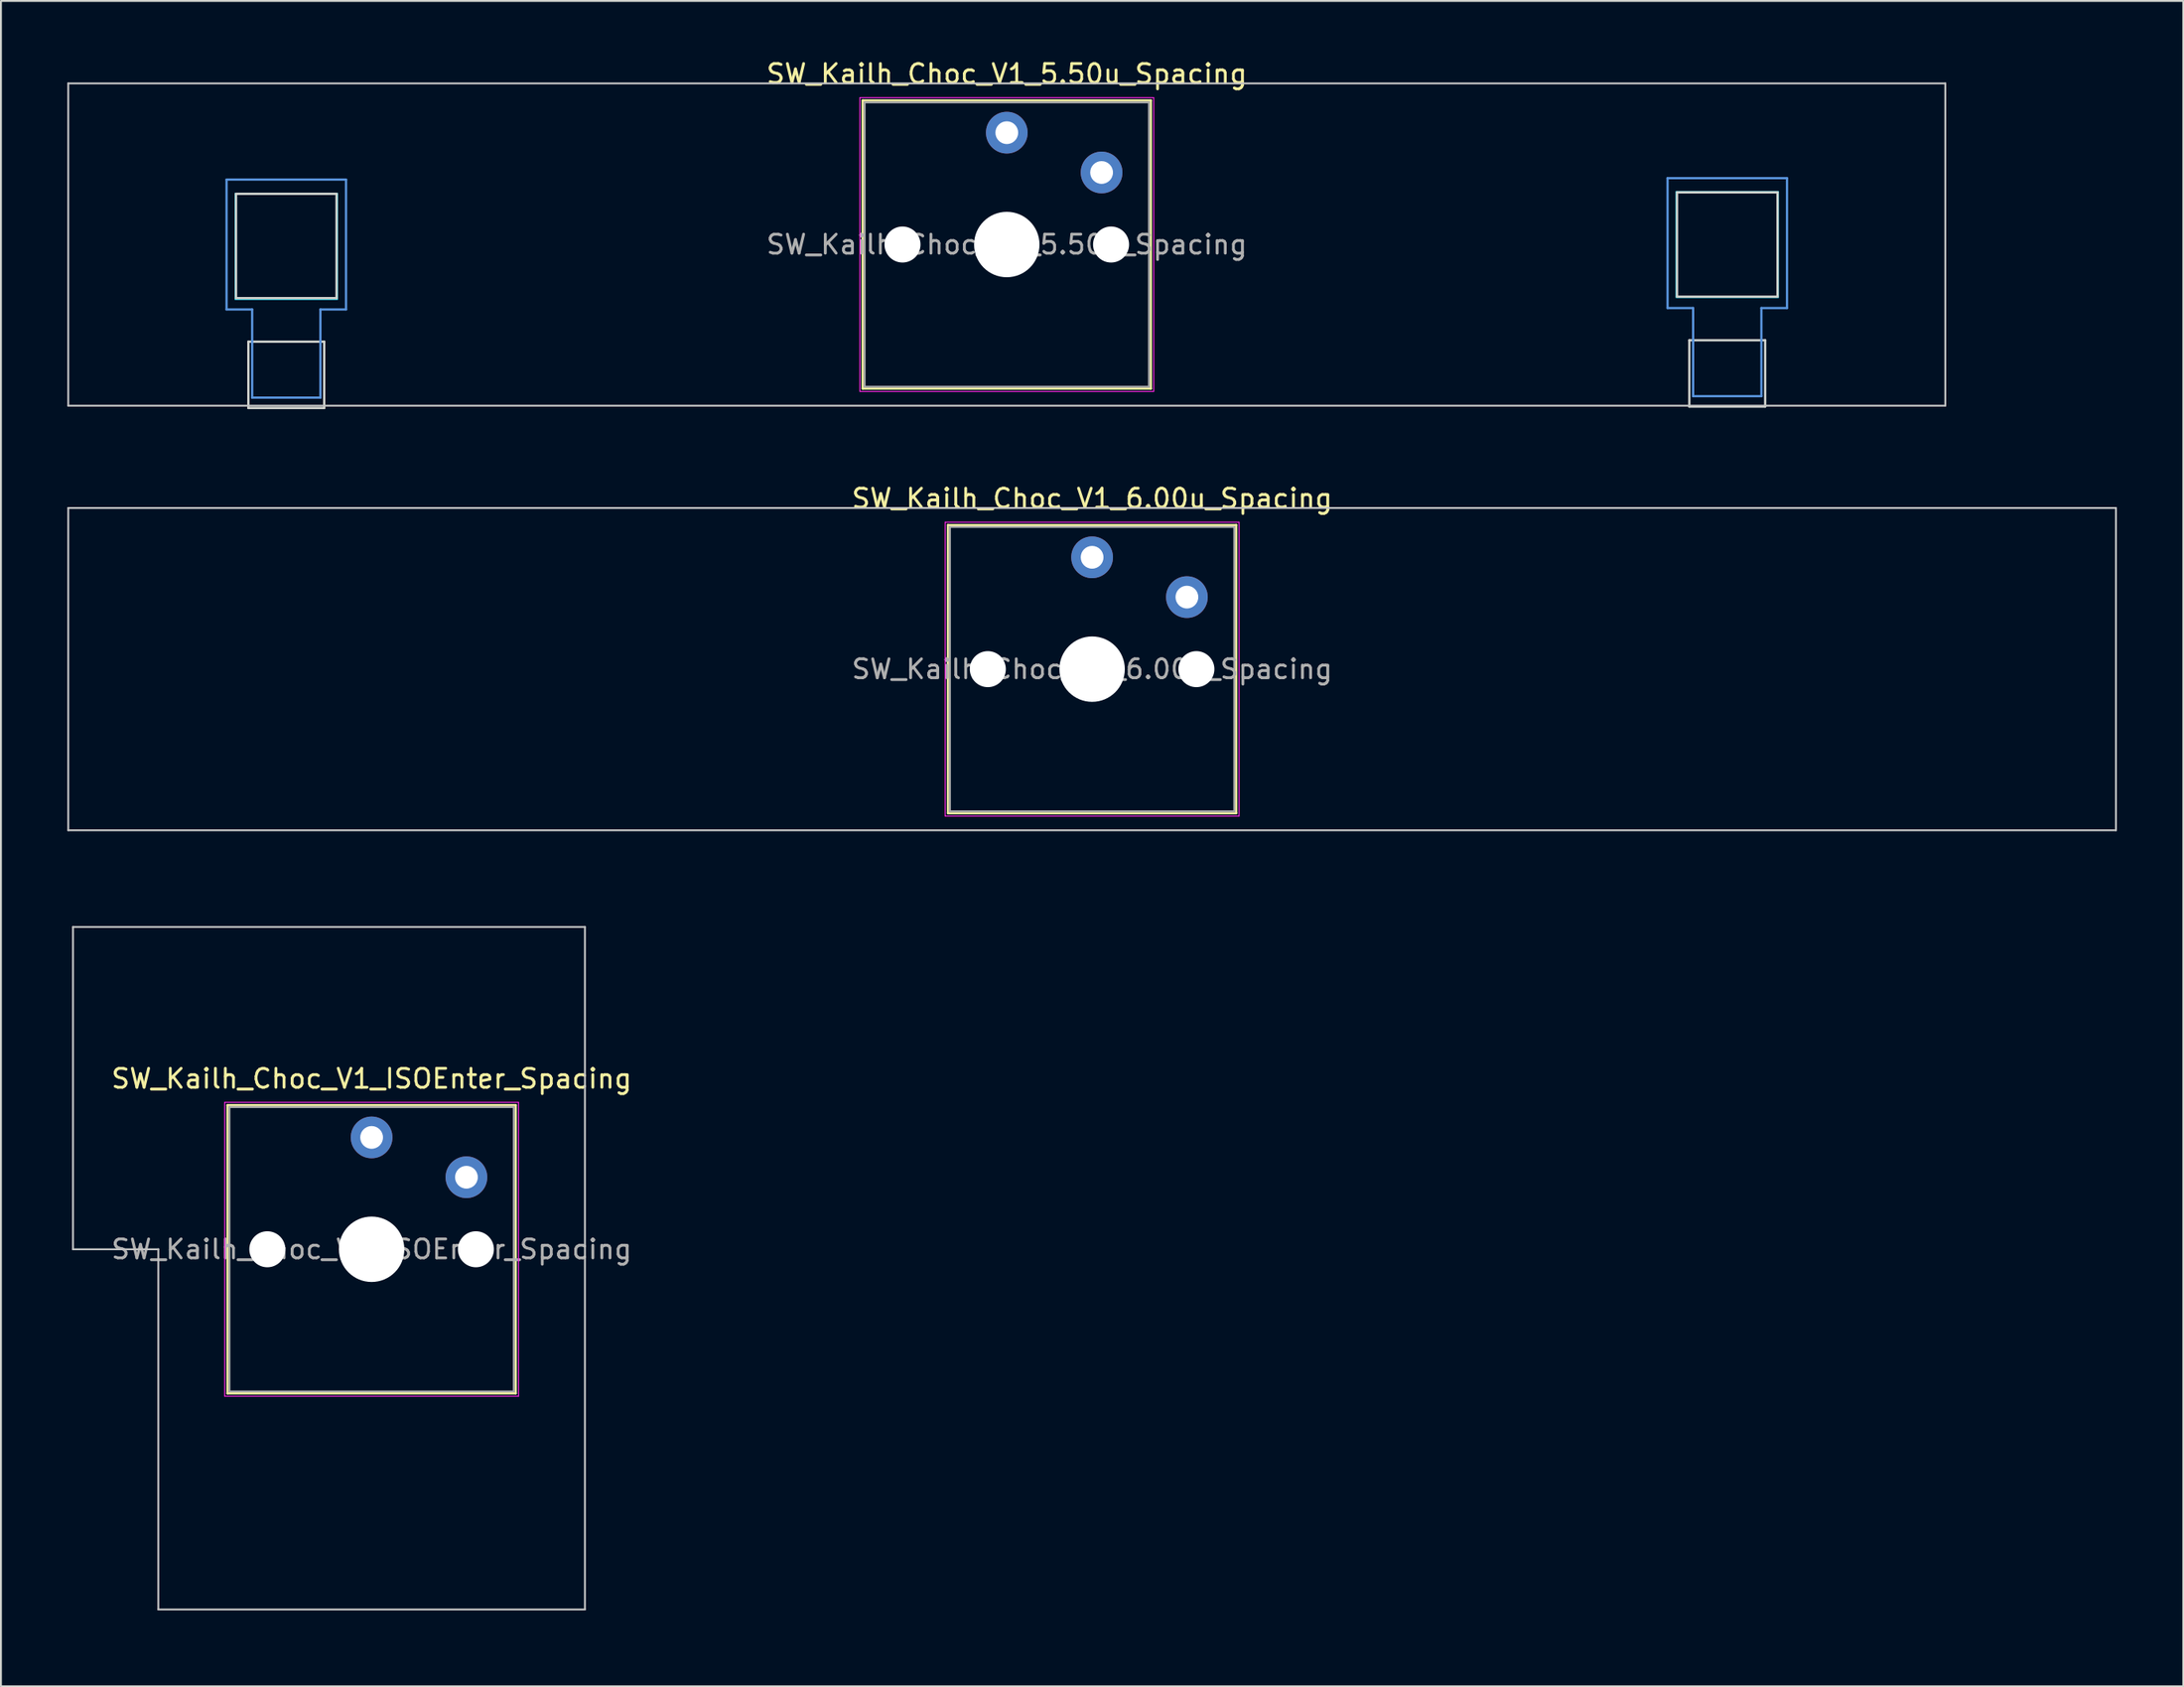
<source format=kicad_pcb>
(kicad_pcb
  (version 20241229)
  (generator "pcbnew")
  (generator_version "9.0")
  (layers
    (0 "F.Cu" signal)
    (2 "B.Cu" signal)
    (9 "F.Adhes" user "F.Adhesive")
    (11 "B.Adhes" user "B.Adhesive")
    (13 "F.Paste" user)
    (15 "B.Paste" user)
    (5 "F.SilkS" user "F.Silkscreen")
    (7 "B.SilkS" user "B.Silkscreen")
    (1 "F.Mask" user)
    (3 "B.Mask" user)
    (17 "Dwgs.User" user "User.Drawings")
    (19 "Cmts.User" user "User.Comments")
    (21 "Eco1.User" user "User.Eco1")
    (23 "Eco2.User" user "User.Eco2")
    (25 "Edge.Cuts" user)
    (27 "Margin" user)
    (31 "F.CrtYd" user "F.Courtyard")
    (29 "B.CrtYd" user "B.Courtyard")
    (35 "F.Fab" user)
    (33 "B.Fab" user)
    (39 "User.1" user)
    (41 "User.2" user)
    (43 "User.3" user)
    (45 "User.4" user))
  (footprint "SW_Kailh_Choc_V1_6.00u_Spacing"
    (layer "F.Cu")
    (at 54.55 32.246)
    (property "Reference" "SW_Kailh_Choc_V1_6.00u_Spacing" (at 0 -9 0) (layer "F.SilkS") (effects (font (size 1 1) (thickness 0.15))))
    (attr through_hole)
    (fp_line (start -7.6 -7.6) (end -7.6 7.6) (stroke (width 0.12) (type solid)) (layer "F.SilkS"))
    (fp_line (start -7.6 7.6) (end 7.6 7.6) (stroke (width 0.12) (type solid)) (layer "F.SilkS"))
    (fp_line (start 7.6 -7.6) (end -7.6 -7.6) (stroke (width 0.12) (type solid)) (layer "F.SilkS"))
    (fp_line (start 7.6 7.6) (end 7.6 -7.6) (stroke (width 0.12) (type solid)) (layer "F.SilkS"))
    (fp_line (start -54 -8.5) (end -54 8.5) (stroke (width 0.1) (type solid)) (layer "Dwgs.User"))
    (fp_line (start -54 8.5) (end 54 8.5) (stroke (width 0.1) (type solid)) (layer "Dwgs.User"))
    (fp_line (start 54 -8.5) (end -54 -8.5) (stroke (width 0.1) (type solid)) (layer "Dwgs.User"))
    (fp_line (start 54 8.5) (end 54 -8.5) (stroke (width 0.1) (type solid)) (layer "Dwgs.User"))
    (fp_line (start -7.25 -7.25) (end -7.25 7.25) (stroke (width 0.1) (type solid)) (layer "Eco1.User"))
    (fp_line (start -7.25 7.25) (end 7.25 7.25) (stroke (width 0.1) (type solid)) (layer "Eco1.User"))
    (fp_line (start 7.25 -7.25) (end -7.25 -7.25) (stroke (width 0.1) (type solid)) (layer "Eco1.User"))
    (fp_line (start 7.25 7.25) (end 7.25 -7.25) (stroke (width 0.1) (type solid)) (layer "Eco1.User"))
    (fp_line (start -7.75 -7.75) (end -7.75 7.75) (stroke (width 0.05) (type solid)) (layer "F.CrtYd"))
    (fp_line (start -7.75 7.75) (end 7.75 7.75) (stroke (width 0.05) (type solid)) (layer "F.CrtYd"))
    (fp_line (start 7.75 -7.75) (end -7.75 -7.75) (stroke (width 0.05) (type solid)) (layer "F.CrtYd"))
    (fp_line (start 7.75 7.75) (end 7.75 -7.75) (stroke (width 0.05) (type solid)) (layer "F.CrtYd"))
    (fp_line (start -7.5 -7.5) (end -7.5 7.5) (stroke (width 0.1) (type solid)) (layer "F.Fab"))
    (fp_line (start -7.5 7.5) (end 7.5 7.5) (stroke (width 0.1) (type solid)) (layer "F.Fab"))
    (fp_line (start 7.5 -7.5) (end -7.5 -7.5) (stroke (width 0.1) (type solid)) (layer "F.Fab"))
    (fp_line (start 7.5 7.5) (end 7.5 -7.5) (stroke (width 0.1) (type solid)) (layer "F.Fab"))
    (fp_rect (start -54.5 -9.5) (end 54.5 9.5) (stroke (width 0.1) (type default)) (fill no) (layer "User.1"))
    (fp_text user "${REFERENCE}" (at 0 0 0) (layer "F.Fab") (effects (font (size 1 1) (thickness 0.15))))
    (pad "" np_thru_hole circle (at -5.5 0) (size 1.9 1.9) (drill 1.9) (layers "*.Cu" "*.Mask"))
    (pad "" np_thru_hole circle (at 0 0) (size 3.45 3.45) (drill 3.45) (layers "*.Cu" "*.Mask"))
    (pad "" np_thru_hole circle (at 5.5 0) (size 1.9 1.9) (drill 1.9) (layers "*.Cu" "*.Mask"))
    (pad "1" thru_hole circle (at 0 -5.9) (size 2.2 2.2) (drill 1.2) (layers "*.Cu" "*.Mask"))
    (pad "2" thru_hole circle (at 5 -3.8) (size 2.2 2.2) (drill 1.2) (layers "*.Cu" "*.Mask")))
  (footprint "SW_Kailh_Choc_V1_5.50u_Spacing"
    (layer "F.Cu")
    (at 50.05 9.848)
    (property "Reference" "SW_Kailh_Choc_V1_5.50u_Spacing" (at 0 -9 0) (layer "F.SilkS") (effects (font (size 1 1) (thickness 0.15))))
    (attr through_hole)
    (fp_line (start -7.6 -7.6) (end -7.6 7.6) (stroke (width 0.12) (type solid)) (layer "F.SilkS"))
    (fp_line (start -7.6 7.6) (end 7.6 7.6) (stroke (width 0.12) (type solid)) (layer "F.SilkS"))
    (fp_line (start 7.6 -7.6) (end -7.6 -7.6) (stroke (width 0.12) (type solid)) (layer "F.SilkS"))
    (fp_line (start 7.6 7.6) (end 7.6 -7.6) (stroke (width 0.12) (type solid)) (layer "F.SilkS"))
    (fp_line (start -49.5 -8.5) (end -49.5 8.5) (stroke (width 0.1) (type solid)) (layer "Dwgs.User"))
    (fp_line (start -49.5 8.5) (end 49.5 8.5) (stroke (width 0.1) (type solid)) (layer "Dwgs.User"))
    (fp_line (start 49.5 -8.5) (end -49.5 -8.5) (stroke (width 0.1) (type solid)) (layer "Dwgs.User"))
    (fp_line (start 49.5 8.5) (end 49.5 -8.5) (stroke (width 0.1) (type solid)) (layer "Dwgs.User"))
    (fp_line (start -41.15 -3.425) (end -41.15 3.425) (stroke (width 0.12) (type solid)) (layer "Cmts.User"))
    (fp_line (start -39.8 3.425) (end -41.15 3.425) (stroke (width 0.12) (type solid)) (layer "Cmts.User"))
    (fp_line (start -39.8 8.075) (end -39.8 3.425) (stroke (width 0.12) (type solid)) (layer "Cmts.User"))
    (fp_line (start -36.2 8.075) (end -39.8 8.075) (stroke (width 0.12) (type solid)) (layer "Cmts.User"))
    (fp_line (start -36.2 8.075) (end -36.2 3.425) (stroke (width 0.12) (type solid)) (layer "Cmts.User"))
    (fp_line (start -34.85 -3.425) (end -41.15 -3.425) (stroke (width 0.12) (type solid)) (layer "Cmts.User"))
    (fp_line (start -34.85 -3.425) (end -34.85 3.425) (stroke (width 0.12) (type solid)) (layer "Cmts.User"))
    (fp_line (start -34.85 3.425) (end -36.2 3.425) (stroke (width 0.12) (type solid)) (layer "Cmts.User"))
    (fp_line (start 34.85 -3.5) (end 34.85 3.35) (stroke (width 0.12) (type solid)) (layer "Cmts.User"))
    (fp_line (start 36.2 3.35) (end 34.85 3.35) (stroke (width 0.12) (type solid)) (layer "Cmts.User"))
    (fp_line (start 36.2 8) (end 36.2 3.35) (stroke (width 0.12) (type solid)) (layer "Cmts.User"))
    (fp_line (start 39.8 8) (end 36.2 8) (stroke (width 0.12) (type solid)) (layer "Cmts.User"))
    (fp_line (start 39.8 8) (end 39.8 3.35) (stroke (width 0.12) (type solid)) (layer "Cmts.User"))
    (fp_line (start 41.15 -3.5) (end 34.85 -3.5) (stroke (width 0.12) (type solid)) (layer "Cmts.User"))
    (fp_line (start 41.15 -3.5) (end 41.15 3.35) (stroke (width 0.12) (type solid)) (layer "Cmts.User"))
    (fp_line (start 41.15 3.35) (end 39.8 3.35) (stroke (width 0.12) (type solid)) (layer "Cmts.User"))
    (fp_line (start -7.25 -7.25) (end -7.25 7.25) (stroke (width 0.1) (type solid)) (layer "Eco1.User"))
    (fp_line (start -7.25 7.25) (end 7.25 7.25) (stroke (width 0.1) (type solid)) (layer "Eco1.User"))
    (fp_line (start 7.25 -7.25) (end -7.25 -7.25) (stroke (width 0.1) (type solid)) (layer "Eco1.User"))
    (fp_line (start 7.25 7.25) (end 7.25 -7.25) (stroke (width 0.1) (type solid)) (layer "Eco1.User"))
    (fp_line (start -40.65 -2.675) (end -40.65 2.825) (stroke (width 0.12) (type solid)) (layer "Edge.Cuts"))
    (fp_line (start -40 5.125) (end -40 8.625) (stroke (width 0.12) (type solid)) (layer "Edge.Cuts"))
    (fp_line (start -36 5.125) (end -40 5.125) (stroke (width 0.12) (type solid)) (layer "Edge.Cuts"))
    (fp_line (start -36 8.625) (end -40 8.625) (stroke (width 0.12) (type solid)) (layer "Edge.Cuts"))
    (fp_line (start -36 8.625) (end -36 5.125) (stroke (width 0.12) (type solid)) (layer "Edge.Cuts"))
    (fp_line (start -35.35 -2.675) (end -40.65 -2.675) (stroke (width 0.12) (type solid)) (layer "Edge.Cuts"))
    (fp_line (start -35.35 2.825) (end -40.65 2.825) (stroke (width 0.12) (type solid)) (layer "Edge.Cuts"))
    (fp_line (start -35.35 2.825) (end -35.35 -2.675) (stroke (width 0.12) (type solid)) (layer "Edge.Cuts"))
    (fp_line (start 35.35 -2.75) (end 35.35 2.75) (stroke (width 0.12) (type solid)) (layer "Edge.Cuts"))
    (fp_line (start 36 5.05) (end 36 8.55) (stroke (width 0.12) (type solid)) (layer "Edge.Cuts"))
    (fp_line (start 40 5.05) (end 36 5.05) (stroke (width 0.12) (type solid)) (layer "Edge.Cuts"))
    (fp_line (start 40 8.55) (end 36 8.55) (stroke (width 0.12) (type solid)) (layer "Edge.Cuts"))
    (fp_line (start 40 8.55) (end 40 5.05) (stroke (width 0.12) (type solid)) (layer "Edge.Cuts"))
    (fp_line (start 40.65 -2.75) (end 35.35 -2.75) (stroke (width 0.12) (type solid)) (layer "Edge.Cuts"))
    (fp_line (start 40.65 2.75) (end 35.35 2.75) (stroke (width 0.12) (type solid)) (layer "Edge.Cuts"))
    (fp_line (start 40.65 2.75) (end 40.65 -2.75) (stroke (width 0.12) (type solid)) (layer "Edge.Cuts"))
    (fp_rect (start -40.7 -2.7) (end -35.3 2.9) (stroke (width 0.05) (type default)) (fill no) (layer "B.CrtYd"))
    (fp_rect (start 35.3 -2.8) (end 40.7 2.8) (stroke (width 0.05) (type default)) (fill no) (layer "B.CrtYd"))
    (fp_line (start -7.75 -7.75) (end -7.75 7.75) (stroke (width 0.05) (type solid)) (layer "F.CrtYd"))
    (fp_line (start -7.75 7.75) (end 7.75 7.75) (stroke (width 0.05) (type solid)) (layer "F.CrtYd"))
    (fp_line (start 7.75 -7.75) (end -7.75 -7.75) (stroke (width 0.05) (type solid)) (layer "F.CrtYd"))
    (fp_line (start 7.75 7.75) (end 7.75 -7.75) (stroke (width 0.05) (type solid)) (layer "F.CrtYd"))
    (fp_line (start -7.5 -7.5) (end -7.5 7.5) (stroke (width 0.1) (type solid)) (layer "F.Fab"))
    (fp_line (start -7.5 7.5) (end 7.5 7.5) (stroke (width 0.1) (type solid)) (layer "F.Fab"))
    (fp_line (start 7.5 -7.5) (end -7.5 -7.5) (stroke (width 0.1) (type solid)) (layer "F.Fab"))
    (fp_line (start 7.5 7.5) (end 7.5 -7.5) (stroke (width 0.1) (type solid)) (layer "F.Fab"))
    (fp_rect (start -50 -9.5) (end 50 9.5) (stroke (width 0.1) (type default)) (fill no) (layer "User.1"))
    (fp_text user "${REFERENCE}" (at 0 0 0) (layer "F.Fab") (effects (font (size 1 1) (thickness 0.15))))
    (pad "" np_thru_hole circle (at -5.5 0) (size 1.9 1.9) (drill 1.9) (layers "*.Cu" "*.Mask"))
    (pad "" np_thru_hole circle (at 0 0) (size 3.45 3.45) (drill 3.45) (layers "*.Cu" "*.Mask"))
    (pad "" np_thru_hole circle (at 5.5 0) (size 1.9 1.9) (drill 1.9) (layers "*.Cu" "*.Mask"))
    (pad "1" thru_hole circle (at 0 -5.9) (size 2.2 2.2) (drill 1.2) (layers "*.Cu" "*.Mask"))
    (pad "2" thru_hole circle (at 5 -3.8) (size 2.2 2.2) (drill 1.2) (layers "*.Cu" "*.Mask")))
  (footprint "SW_Kailh_Choc_V1_ISOEnter_Spacing"
    (layer "F.Cu")
    (at 16.55 62.846)
    (property "Reference" "SW_Kailh_Choc_V1_ISOEnter_Spacing" (at 0 -9 0) (layer "F.SilkS") (effects (font (size 1 1) (thickness 0.15))))
    (attr through_hole)
    (fp_line (start -7.6 -7.6) (end -7.6 7.6) (stroke (width 0.12) (type solid)) (layer "F.SilkS"))
    (fp_line (start -7.6 7.6) (end 7.6 7.6) (stroke (width 0.12) (type solid)) (layer "F.SilkS"))
    (fp_line (start 7.6 -7.6) (end -7.6 -7.6) (stroke (width 0.12) (type solid)) (layer "F.SilkS"))
    (fp_line (start 7.6 7.6) (end 7.6 -7.6) (stroke (width 0.12) (type solid)) (layer "F.SilkS"))
    (fp_line (start -15.75 -17) (end -15.75 0) (stroke (width 0.1) (type solid)) (layer "Dwgs.User"))
    (fp_line (start -15.75 0) (end -11.25 0) (stroke (width 0.1) (type solid)) (layer "Dwgs.User"))
    (fp_line (start -11.25 0) (end -11.25 19) (stroke (width 0.1) (type solid)) (layer "Dwgs.User"))
    (fp_line (start -11.25 19) (end 11.25 19) (stroke (width 0.1) (type solid)) (layer "Dwgs.User"))
    (fp_line (start 11.25 -17) (end -15.75 -17) (stroke (width 0.1) (type solid)) (layer "Dwgs.User"))
    (fp_line (start 11.25 19) (end 11.25 -17) (stroke (width 0.1) (type solid)) (layer "Dwgs.User"))
    (fp_line (start -7.25 -7.25) (end -7.25 7.25) (stroke (width 0.1) (type solid)) (layer "Eco1.User"))
    (fp_line (start -7.25 7.25) (end 7.25 7.25) (stroke (width 0.1) (type solid)) (layer "Eco1.User"))
    (fp_line (start 7.25 -7.25) (end -7.25 -7.25) (stroke (width 0.1) (type solid)) (layer "Eco1.User"))
    (fp_line (start 7.25 7.25) (end 7.25 -7.25) (stroke (width 0.1) (type solid)) (layer "Eco1.User"))
    (fp_line (start -7.75 -7.75) (end -7.75 7.75) (stroke (width 0.05) (type solid)) (layer "F.CrtYd"))
    (fp_line (start -7.75 7.75) (end 7.75 7.75) (stroke (width 0.05) (type solid)) (layer "F.CrtYd"))
    (fp_line (start 7.75 -7.75) (end -7.75 -7.75) (stroke (width 0.05) (type solid)) (layer "F.CrtYd"))
    (fp_line (start 7.75 7.75) (end 7.75 -7.75) (stroke (width 0.05) (type solid)) (layer "F.CrtYd"))
    (fp_line (start -7.5 -7.5) (end -7.5 7.5) (stroke (width 0.1) (type solid)) (layer "F.Fab"))
    (fp_line (start -7.5 7.5) (end 7.5 7.5) (stroke (width 0.1) (type solid)) (layer "F.Fab"))
    (fp_line (start 7.5 -7.5) (end -7.5 -7.5) (stroke (width 0.1) (type solid)) (layer "F.Fab"))
    (fp_line (start 7.5 7.5) (end 7.5 -7.5) (stroke (width 0.1) (type solid)) (layer "F.Fab"))
    (fp_line (start -16.5 -18) (end -16.5 1) (stroke (width 0.1) (type default)) (layer "User.1"))
    (fp_line (start -16.5 -18) (end 12 -18) (stroke (width 0.1) (type default)) (layer "User.1"))
    (fp_line (start -12 1) (end -16.5 1) (stroke (width 0.1) (type default)) (layer "User.1"))
    (fp_line (start -12 20) (end -12 1) (stroke (width 0.1) (type default)) (layer "User.1"))
    (fp_line (start 12 -18) (end 12 20) (stroke (width 0.1) (type default)) (layer "User.1"))
    (fp_line (start 12 20) (end -12 20) (stroke (width 0.1) (type default)) (layer "User.1"))
    (fp_text user "${REFERENCE}" (at 0 0 0) (layer "F.Fab") (effects (font (size 1 1) (thickness 0.15))))
    (pad "" np_thru_hole circle (at -5.5 0) (size 1.9 1.9) (drill 1.9) (layers "*.Cu" "*.Mask"))
    (pad "" np_thru_hole circle (at 0 0) (size 3.45 3.45) (drill 3.45) (layers "*.Cu" "*.Mask"))
    (pad "" np_thru_hole circle (at 5.5 0) (size 1.9 1.9) (drill 1.9) (layers "*.Cu" "*.Mask"))
    (pad "1" thru_hole circle (at 0 -5.9) (size 2.2 2.2) (drill 1.2) (layers "*.Cu" "*.Mask"))
    (pad "2" thru_hole circle (at 5 -3.8) (size 2.2 2.2) (drill 1.2) (layers "*.Cu" "*.Mask")))
  (gr_rect
    (start -3 -3)
    (end 112.1 85.897)
    (stroke (width 0.1) (type default))
    (fill no)
    (layer "Edge.Cuts")))
</source>
